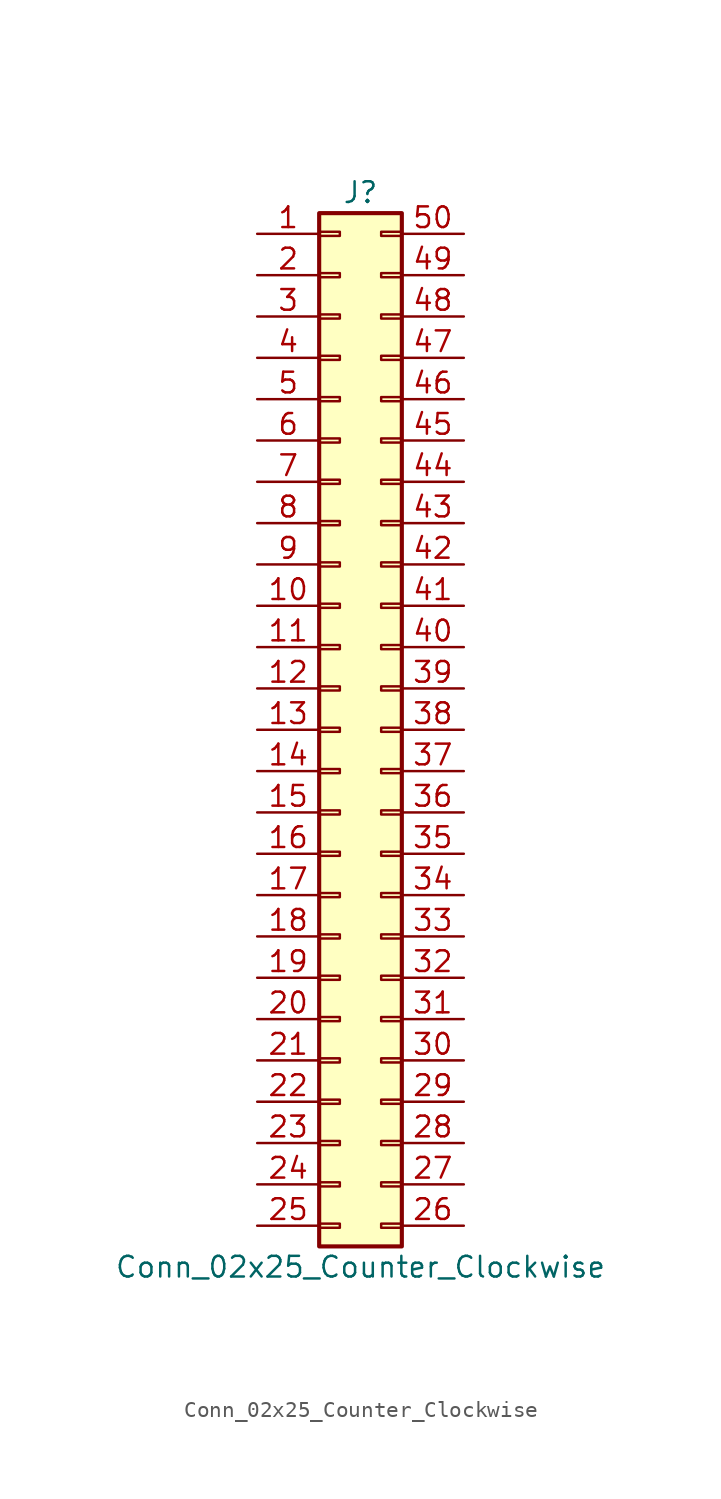
<source format=kicad_sym>
(kicad_symbol_lib
  (version 20220914)
  (generator kicad_symbol_editor)
  (symbol "Conn_02x25_Counter_Clockwise"
    (pin_names
      (offset 1.016) hide)
    (property "Reference" "J"
      (at 1.27 33.02 0)
      (effects (font (size 1.27 1.27))))
    (property "Value" "Conn_02x25_Counter_Clockwise"
      (at 1.27 -33.02 0)
      (effects (font (size 1.27 1.27))))
    (symbol "Conn_02x25_Counter_Clockwise_1_1"
      (rectangle (start -1.27 -30.353) (end 0 -30.607) (stroke (width 0.152) (type solid)) (fill (type none)))
      (rectangle (start -1.27 -27.813) (end 0 -28.067) (stroke (width 0.152) (type solid)) (fill (type none)))
      (rectangle (start -1.27 -25.273) (end 0 -25.527) (stroke (width 0.152) (type solid)) (fill (type none)))
      (rectangle (start -1.27 -22.733) (end 0 -22.987) (stroke (width 0.152) (type solid)) (fill (type none)))
      (rectangle (start -1.27 -20.193) (end 0 -20.447) (stroke (width 0.152) (type solid)) (fill (type none)))
      (rectangle (start -1.27 -17.653) (end 0 -17.907) (stroke (width 0.152) (type solid)) (fill (type none)))
      (rectangle (start -1.27 -15.113) (end 0 -15.367) (stroke (width 0.152) (type solid)) (fill (type none)))
      (rectangle (start -1.27 -12.573) (end 0 -12.827) (stroke (width 0.152) (type solid)) (fill (type none)))
      (rectangle (start -1.27 -10.033) (end 0 -10.287) (stroke (width 0.152) (type solid)) (fill (type none)))
      (rectangle (start -1.27 -7.493) (end 0 -7.747) (stroke (width 0.152) (type solid)) (fill (type none)))
      (rectangle (start -1.27 -4.953) (end 0 -5.207) (stroke (width 0.152) (type solid)) (fill (type none)))
      (rectangle (start -1.27 -2.413) (end 0 -2.667) (stroke (width 0.152) (type solid)) (fill (type none)))
      (rectangle (start -1.27 0.127) (end 0 -0.127) (stroke (width 0.152) (type solid)) (fill (type none)))
      (rectangle (start -1.27 2.667) (end 0 2.413) (stroke (width 0.152) (type solid)) (fill (type none)))
      (rectangle (start -1.27 5.207) (end 0 4.953) (stroke (width 0.152) (type solid)) (fill (type none)))
      (rectangle (start -1.27 7.747) (end 0 7.493) (stroke (width 0.152) (type solid)) (fill (type none)))
      (rectangle (start -1.27 10.287) (end 0 10.033) (stroke (width 0.152) (type solid)) (fill (type none)))
      (rectangle (start -1.27 12.827) (end 0 12.573) (stroke (width 0.152) (type solid)) (fill (type none)))
      (rectangle (start -1.27 15.367) (end 0 15.113) (stroke (width 0.152) (type solid)) (fill (type none)))
      (rectangle (start -1.27 17.907) (end 0 17.653) (stroke (width 0.152) (type solid)) (fill (type none)))
      (rectangle (start -1.27 20.447) (end 0 20.193) (stroke (width 0.152) (type solid)) (fill (type none)))
      (rectangle (start -1.27 22.987) (end 0 22.733) (stroke (width 0.152) (type solid)) (fill (type none)))
      (rectangle (start -1.27 25.527) (end 0 25.273) (stroke (width 0.152) (type solid)) (fill (type none)))
      (rectangle (start -1.27 28.067) (end 0 27.813) (stroke (width 0.152) (type solid)) (fill (type none)))
      (rectangle (start -1.27 30.607) (end 0 30.353) (stroke (width 0.152) (type solid)) (fill (type none)))
      (rectangle (start -1.27 31.75) (end 3.81 -31.75) (stroke (width 0.254) (type solid)) (fill (type background)))
      (rectangle (start 3.81 -30.353) (end 2.54 -30.607) (stroke (width 0.152) (type solid)) (fill (type none)))
      (rectangle (start 3.81 -27.813) (end 2.54 -28.067) (stroke (width 0.152) (type solid)) (fill (type none)))
      (rectangle (start 3.81 -25.273) (end 2.54 -25.527) (stroke (width 0.152) (type solid)) (fill (type none)))
      (rectangle (start 3.81 -22.733) (end 2.54 -22.987) (stroke (width 0.152) (type solid)) (fill (type none)))
      (rectangle (start 3.81 -20.193) (end 2.54 -20.447) (stroke (width 0.152) (type solid)) (fill (type none)))
      (rectangle (start 3.81 -17.653) (end 2.54 -17.907) (stroke (width 0.152) (type solid)) (fill (type none)))
      (rectangle (start 3.81 -15.113) (end 2.54 -15.367) (stroke (width 0.152) (type solid)) (fill (type none)))
      (rectangle (start 3.81 -12.573) (end 2.54 -12.827) (stroke (width 0.152) (type solid)) (fill (type none)))
      (rectangle (start 3.81 -10.033) (end 2.54 -10.287) (stroke (width 0.152) (type solid)) (fill (type none)))
      (rectangle (start 3.81 -7.493) (end 2.54 -7.747) (stroke (width 0.152) (type solid)) (fill (type none)))
      (rectangle (start 3.81 -4.953) (end 2.54 -5.207) (stroke (width 0.152) (type solid)) (fill (type none)))
      (rectangle (start 3.81 -2.413) (end 2.54 -2.667) (stroke (width 0.152) (type solid)) (fill (type none)))
      (rectangle (start 3.81 0.127) (end 2.54 -0.127) (stroke (width 0.152) (type solid)) (fill (type none)))
      (rectangle (start 3.81 2.667) (end 2.54 2.413) (stroke (width 0.152) (type solid)) (fill (type none)))
      (rectangle (start 3.81 5.207) (end 2.54 4.953) (stroke (width 0.152) (type solid)) (fill (type none)))
      (rectangle (start 3.81 7.747) (end 2.54 7.493) (stroke (width 0.152) (type solid)) (fill (type none)))
      (rectangle (start 3.81 10.287) (end 2.54 10.033) (stroke (width 0.152) (type solid)) (fill (type none)))
      (rectangle (start 3.81 12.827) (end 2.54 12.573) (stroke (width 0.152) (type solid)) (fill (type none)))
      (rectangle (start 3.81 15.367) (end 2.54 15.113) (stroke (width 0.152) (type solid)) (fill (type none)))
      (rectangle (start 3.81 17.907) (end 2.54 17.653) (stroke (width 0.152) (type solid)) (fill (type none)))
      (rectangle (start 3.81 20.447) (end 2.54 20.193) (stroke (width 0.152) (type solid)) (fill (type none)))
      (rectangle (start 3.81 22.987) (end 2.54 22.733) (stroke (width 0.152) (type solid)) (fill (type none)))
      (rectangle (start 3.81 25.527) (end 2.54 25.273) (stroke (width 0.152) (type solid)) (fill (type none)))
      (rectangle (start 3.81 28.067) (end 2.54 27.813) (stroke (width 0.152) (type solid)) (fill (type none)))
      (rectangle (start 3.81 30.607) (end 2.54 30.353) (stroke (width 0.152) (type solid)) (fill (type none)))
      (pin passive line (at -5.08 30.48 0) (length 3.81) (name "Pin_1" (effects (font (size 1.27 1.27)))) (number "1" (effects (font (size 1.27 1.27)))))
      (pin passive line (at -5.08 7.62 0) (length 3.81) (name "Pin_10" (effects (font (size 1.27 1.27)))) (number "10" (effects (font (size 1.27 1.27)))))
      (pin passive line (at -5.08 5.08 0) (length 3.81) (name "Pin_11" (effects (font (size 1.27 1.27)))) (number "11" (effects (font (size 1.27 1.27)))))
      (pin passive line (at -5.08 2.54 0) (length 3.81) (name "Pin_12" (effects (font (size 1.27 1.27)))) (number "12" (effects (font (size 1.27 1.27)))))
      (pin passive line (at -5.08 0 0) (length 3.81) (name "Pin_13" (effects (font (size 1.27 1.27)))) (number "13" (effects (font (size 1.27 1.27)))))
      (pin passive line (at -5.08 -2.54 0) (length 3.81) (name "Pin_14" (effects (font (size 1.27 1.27)))) (number "14" (effects (font (size 1.27 1.27)))))
      (pin passive line (at -5.08 -5.08 0) (length 3.81) (name "Pin_15" (effects (font (size 1.27 1.27)))) (number "15" (effects (font (size 1.27 1.27)))))
      (pin passive line (at -5.08 -7.62 0) (length 3.81) (name "Pin_16" (effects (font (size 1.27 1.27)))) (number "16" (effects (font (size 1.27 1.27)))))
      (pin passive line (at -5.08 -10.16 0) (length 3.81) (name "Pin_17" (effects (font (size 1.27 1.27)))) (number "17" (effects (font (size 1.27 1.27)))))
      (pin passive line (at -5.08 -12.7 0) (length 3.81) (name "Pin_18" (effects (font (size 1.27 1.27)))) (number "18" (effects (font (size 1.27 1.27)))))
      (pin passive line (at -5.08 -15.24 0) (length 3.81) (name "Pin_19" (effects (font (size 1.27 1.27)))) (number "19" (effects (font (size 1.27 1.27)))))
      (pin passive line (at -5.08 27.94 0) (length 3.81) (name "Pin_2" (effects (font (size 1.27 1.27)))) (number "2" (effects (font (size 1.27 1.27)))))
      (pin passive line (at -5.08 -17.78 0) (length 3.81) (name "Pin_20" (effects (font (size 1.27 1.27)))) (number "20" (effects (font (size 1.27 1.27)))))
      (pin passive line (at -5.08 -20.32 0) (length 3.81) (name "Pin_21" (effects (font (size 1.27 1.27)))) (number "21" (effects (font (size 1.27 1.27)))))
      (pin passive line (at -5.08 -22.86 0) (length 3.81) (name "Pin_22" (effects (font (size 1.27 1.27)))) (number "22" (effects (font (size 1.27 1.27)))))
      (pin passive line (at -5.08 -25.4 0) (length 3.81) (name "Pin_23" (effects (font (size 1.27 1.27)))) (number "23" (effects (font (size 1.27 1.27)))))
      (pin passive line (at -5.08 -27.94 0) (length 3.81) (name "Pin_24" (effects (font (size 1.27 1.27)))) (number "24" (effects (font (size 1.27 1.27)))))
      (pin passive line (at -5.08 -30.48 0) (length 3.81) (name "Pin_25" (effects (font (size 1.27 1.27)))) (number "25" (effects (font (size 1.27 1.27)))))
      (pin passive line (at 7.62 -30.48 180) (length 3.81) (name "Pin_26" (effects (font (size 1.27 1.27)))) (number "26" (effects (font (size 1.27 1.27)))))
      (pin passive line (at 7.62 -27.94 180) (length 3.81) (name "Pin_27" (effects (font (size 1.27 1.27)))) (number "27" (effects (font (size 1.27 1.27)))))
      (pin passive line (at 7.62 -25.4 180) (length 3.81) (name "Pin_28" (effects (font (size 1.27 1.27)))) (number "28" (effects (font (size 1.27 1.27)))))
      (pin passive line (at 7.62 -22.86 180) (length 3.81) (name "Pin_29" (effects (font (size 1.27 1.27)))) (number "29" (effects (font (size 1.27 1.27)))))
      (pin passive line (at -5.08 25.4 0) (length 3.81) (name "Pin_3" (effects (font (size 1.27 1.27)))) (number "3" (effects (font (size 1.27 1.27)))))
      (pin passive line (at 7.62 -20.32 180) (length 3.81) (name "Pin_30" (effects (font (size 1.27 1.27)))) (number "30" (effects (font (size 1.27 1.27)))))
      (pin passive line (at 7.62 -17.78 180) (length 3.81) (name "Pin_31" (effects (font (size 1.27 1.27)))) (number "31" (effects (font (size 1.27 1.27)))))
      (pin passive line (at 7.62 -15.24 180) (length 3.81) (name "Pin_32" (effects (font (size 1.27 1.27)))) (number "32" (effects (font (size 1.27 1.27)))))
      (pin passive line (at 7.62 -12.7 180) (length 3.81) (name "Pin_33" (effects (font (size 1.27 1.27)))) (number "33" (effects (font (size 1.27 1.27)))))
      (pin passive line (at 7.62 -10.16 180) (length 3.81) (name "Pin_34" (effects (font (size 1.27 1.27)))) (number "34" (effects (font (size 1.27 1.27)))))
      (pin passive line (at 7.62 -7.62 180) (length 3.81) (name "Pin_35" (effects (font (size 1.27 1.27)))) (number "35" (effects (font (size 1.27 1.27)))))
      (pin passive line (at 7.62 -5.08 180) (length 3.81) (name "Pin_36" (effects (font (size 1.27 1.27)))) (number "36" (effects (font (size 1.27 1.27)))))
      (pin passive line (at 7.62 -2.54 180) (length 3.81) (name "Pin_37" (effects (font (size 1.27 1.27)))) (number "37" (effects (font (size 1.27 1.27)))))
      (pin passive line (at 7.62 0 180) (length 3.81) (name "Pin_38" (effects (font (size 1.27 1.27)))) (number "38" (effects (font (size 1.27 1.27)))))
      (pin passive line (at 7.62 2.54 180) (length 3.81) (name "Pin_39" (effects (font (size 1.27 1.27)))) (number "39" (effects (font (size 1.27 1.27)))))
      (pin passive line (at -5.08 22.86 0) (length 3.81) (name "Pin_4" (effects (font (size 1.27 1.27)))) (number "4" (effects (font (size 1.27 1.27)))))
      (pin passive line (at 7.62 5.08 180) (length 3.81) (name "Pin_40" (effects (font (size 1.27 1.27)))) (number "40" (effects (font (size 1.27 1.27)))))
      (pin passive line (at 7.62 7.62 180) (length 3.81) (name "Pin_41" (effects (font (size 1.27 1.27)))) (number "41" (effects (font (size 1.27 1.27)))))
      (pin passive line (at 7.62 10.16 180) (length 3.81) (name "Pin_42" (effects (font (size 1.27 1.27)))) (number "42" (effects (font (size 1.27 1.27)))))
      (pin passive line (at 7.62 12.7 180) (length 3.81) (name "Pin_43" (effects (font (size 1.27 1.27)))) (number "43" (effects (font (size 1.27 1.27)))))
      (pin passive line (at 7.62 15.24 180) (length 3.81) (name "Pin_44" (effects (font (size 1.27 1.27)))) (number "44" (effects (font (size 1.27 1.27)))))
      (pin passive line (at 7.62 17.78 180) (length 3.81) (name "Pin_45" (effects (font (size 1.27 1.27)))) (number "45" (effects (font (size 1.27 1.27)))))
      (pin passive line (at 7.62 20.32 180) (length 3.81) (name "Pin_46" (effects (font (size 1.27 1.27)))) (number "46" (effects (font (size 1.27 1.27)))))
      (pin passive line (at 7.62 22.86 180) (length 3.81) (name "Pin_47" (effects (font (size 1.27 1.27)))) (number "47" (effects (font (size 1.27 1.27)))))
      (pin passive line (at 7.62 25.4 180) (length 3.81) (name "Pin_48" (effects (font (size 1.27 1.27)))) (number "48" (effects (font (size 1.27 1.27)))))
      (pin passive line (at 7.62 27.94 180) (length 3.81) (name "Pin_49" (effects (font (size 1.27 1.27)))) (number "49" (effects (font (size 1.27 1.27)))))
      (pin passive line (at -5.08 20.32 0) (length 3.81) (name "Pin_5" (effects (font (size 1.27 1.27)))) (number "5" (effects (font (size 1.27 1.27)))))
      (pin passive line (at 7.62 30.48 180) (length 3.81) (name "Pin_50" (effects (font (size 1.27 1.27)))) (number "50" (effects (font (size 1.27 1.27)))))
      (pin passive line (at -5.08 17.78 0) (length 3.81) (name "Pin_6" (effects (font (size 1.27 1.27)))) (number "6" (effects (font (size 1.27 1.27)))))
      (pin passive line (at -5.08 15.24 0) (length 3.81) (name "Pin_7" (effects (font (size 1.27 1.27)))) (number "7" (effects (font (size 1.27 1.27)))))
      (pin passive line (at -5.08 12.7 0) (length 3.81) (name "Pin_8" (effects (font (size 1.27 1.27)))) (number "8" (effects (font (size 1.27 1.27)))))
      (pin passive line (at -5.08 10.16 0) (length 3.81) (name "Pin_9" (effects (font (size 1.27 1.27)))) (number "9" (effects (font (size 1.27 1.27))))))))
</source>
